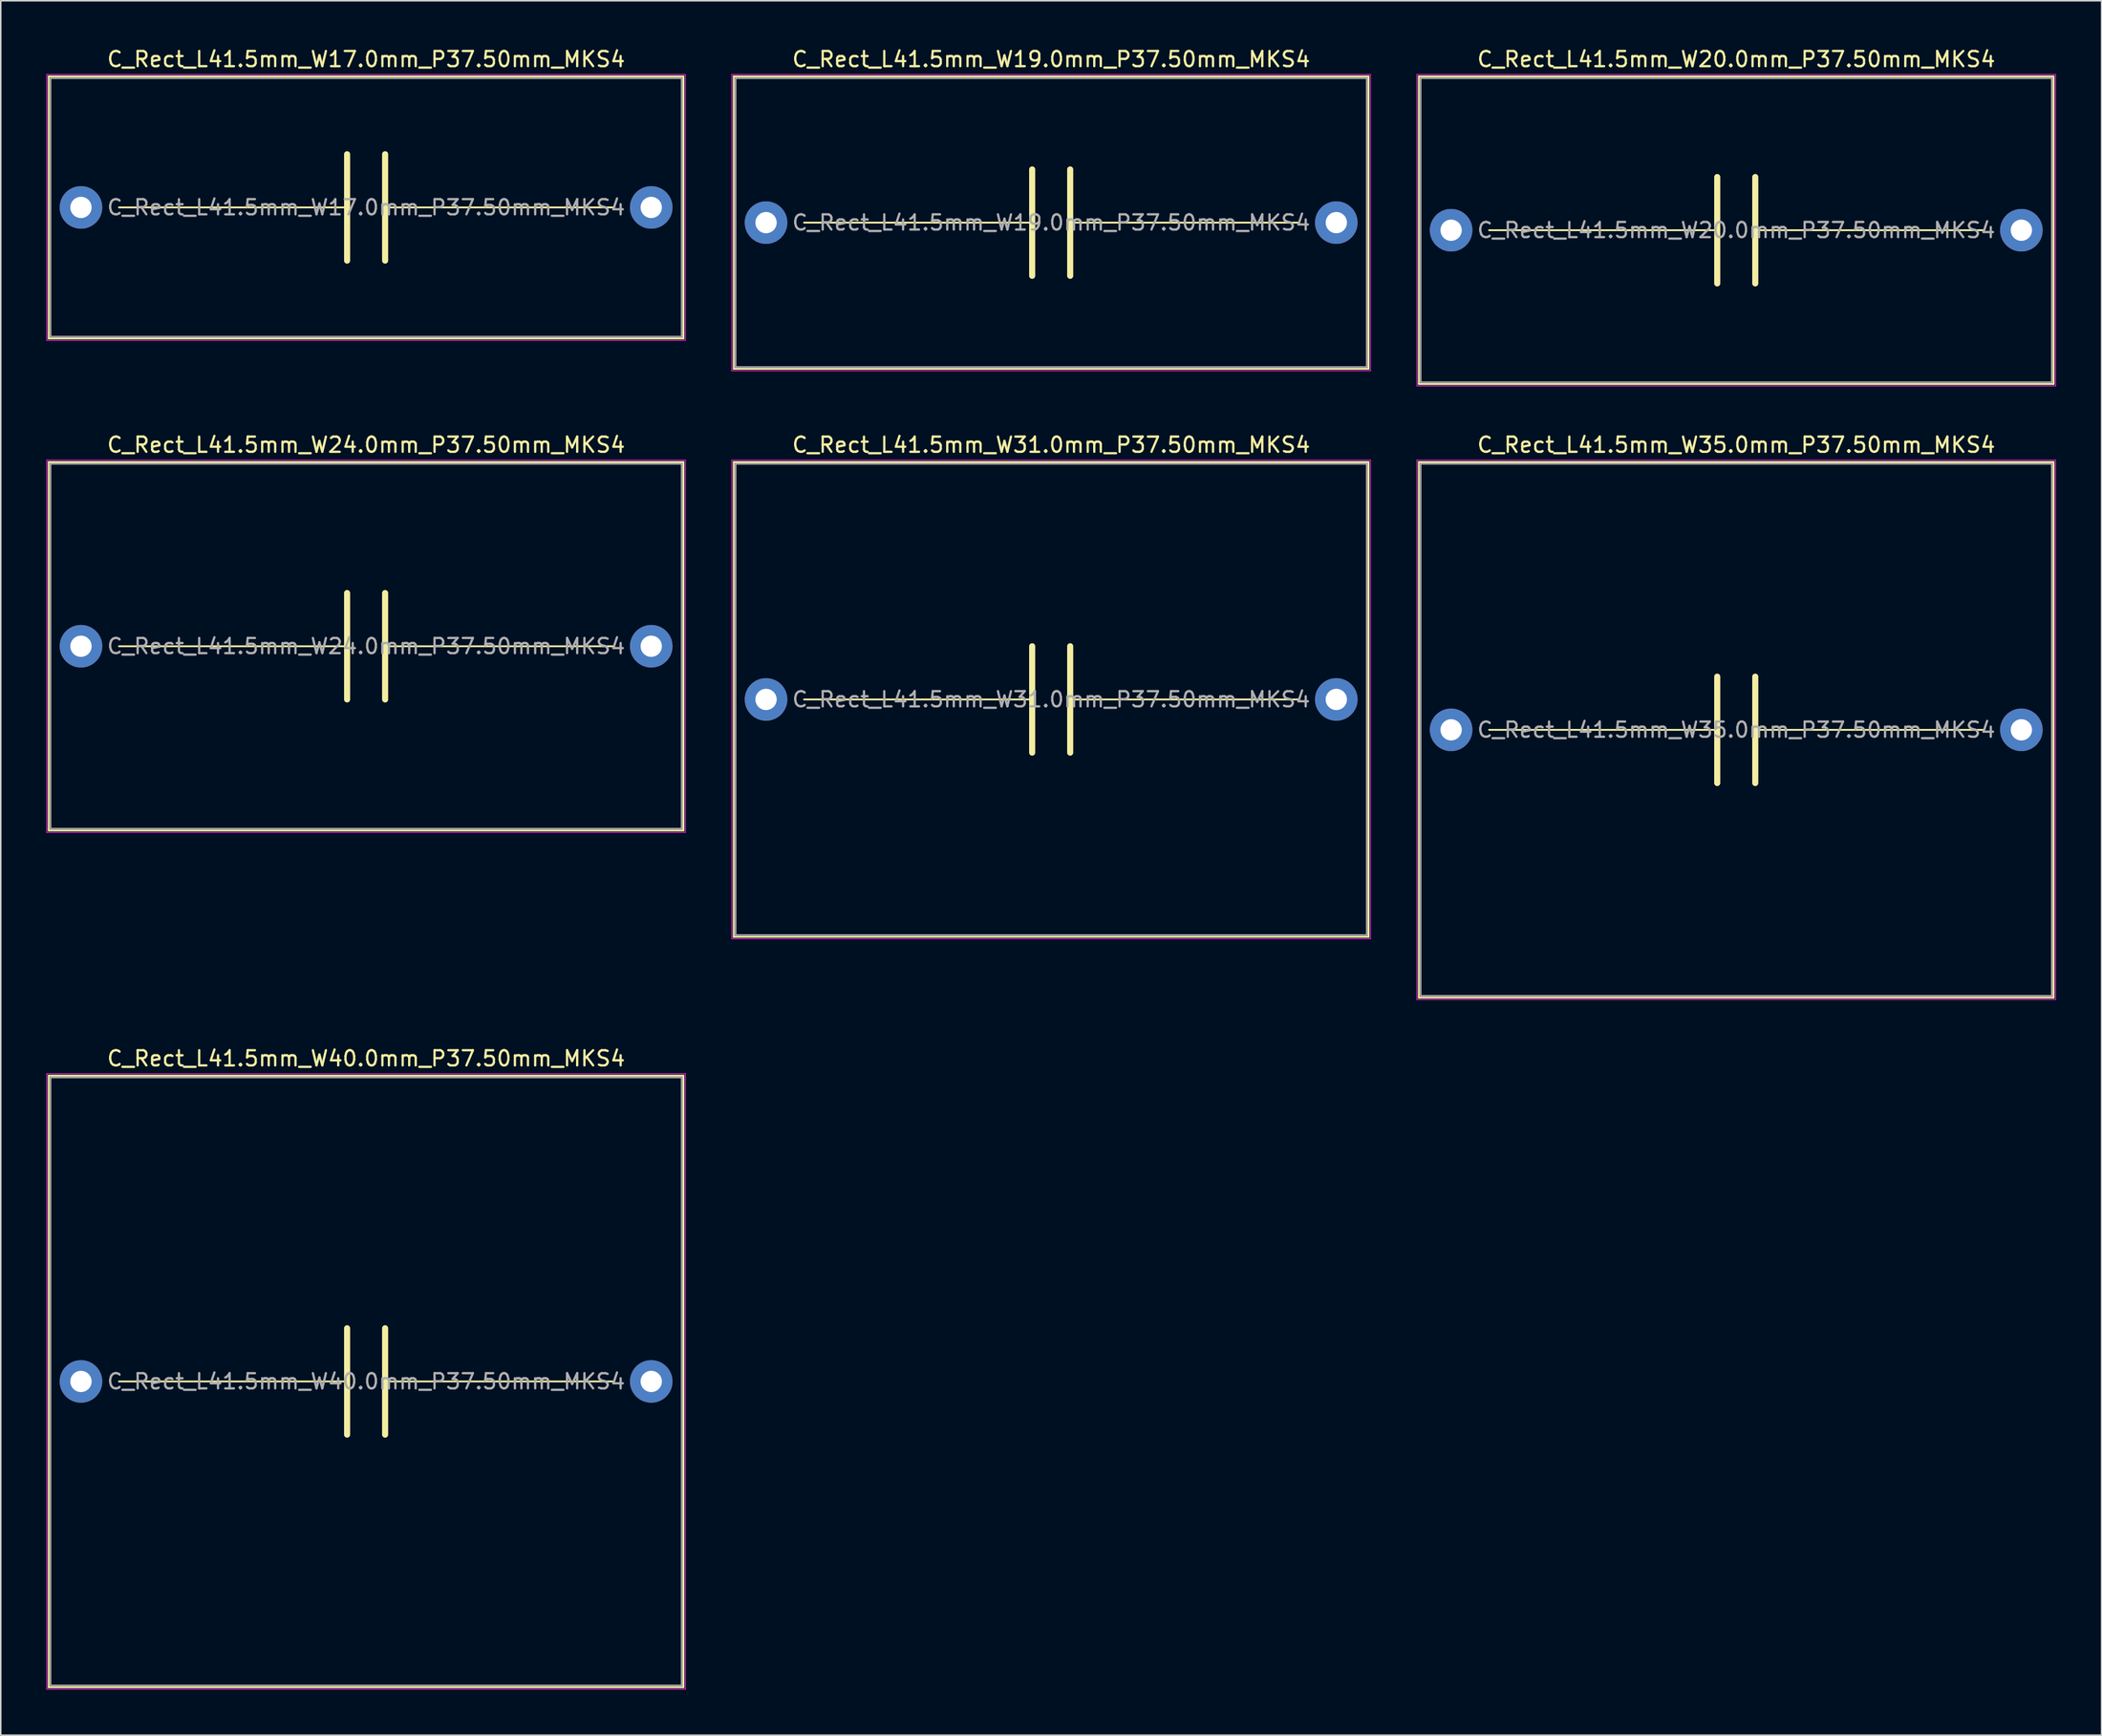
<source format=kicad_pcb>
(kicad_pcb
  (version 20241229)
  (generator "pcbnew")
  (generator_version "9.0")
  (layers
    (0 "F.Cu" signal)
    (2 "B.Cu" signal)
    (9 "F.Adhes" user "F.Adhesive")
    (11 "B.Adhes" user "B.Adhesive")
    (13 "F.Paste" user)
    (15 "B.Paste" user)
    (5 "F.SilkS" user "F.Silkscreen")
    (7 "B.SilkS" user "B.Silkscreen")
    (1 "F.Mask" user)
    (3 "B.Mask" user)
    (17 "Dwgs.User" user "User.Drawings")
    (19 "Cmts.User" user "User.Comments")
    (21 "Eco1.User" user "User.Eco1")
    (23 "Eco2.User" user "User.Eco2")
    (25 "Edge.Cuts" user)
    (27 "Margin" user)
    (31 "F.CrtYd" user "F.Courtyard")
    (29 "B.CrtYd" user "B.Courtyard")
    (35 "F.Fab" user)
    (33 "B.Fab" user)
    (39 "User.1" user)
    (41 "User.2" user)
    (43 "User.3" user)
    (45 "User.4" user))
  (footprint "C_Rect_L41.5mm_W35.0mm_P37.50mm_MKS4"
    (layer "F.Cu")
    (at 92.375 44.971)
    (property "Reference" "C_Rect_L41.5mm_W35.0mm_P37.50mm_MKS4" (at 18.75 -18.75 0) (layer "F.SilkS") (effects (font (size 1 1) (thickness 0.15))))
    (attr through_hole)
    (fp_line (start -2.12 -17.62) (end -2.12 17.62) (stroke (width 0.12) (type solid)) (layer "F.SilkS"))
    (fp_line (start -2.12 -17.62) (end 39.62 -17.62) (stroke (width 0.12) (type solid)) (layer "F.SilkS"))
    (fp_line (start -2.12 17.62) (end 39.62 17.62) (stroke (width 0.12) (type solid)) (layer "F.SilkS"))
    (fp_line (start 2.5 0) (end 17.5 0) (stroke (width 0.12) (type solid)) (layer "F.SilkS"))
    (fp_line (start 17.5 -3.5) (end 17.5 3.5) (stroke (width 0.4) (type solid)) (layer "F.SilkS"))
    (fp_line (start 20 -3.5) (end 20 3.5) (stroke (width 0.4) (type solid)) (layer "F.SilkS"))
    (fp_line (start 20 0) (end 35 0) (stroke (width 0.12) (type solid)) (layer "F.SilkS"))
    (fp_line (start 39.62 -17.62) (end 39.62 17.62) (stroke (width 0.12) (type solid)) (layer "F.SilkS"))
    (fp_line (start -2.25 -17.75) (end -2.25 17.75) (stroke (width 0.05) (type solid)) (layer "F.CrtYd"))
    (fp_line (start -2.25 17.75) (end 39.75 17.75) (stroke (width 0.05) (type solid)) (layer "F.CrtYd"))
    (fp_line (start 39.75 -17.75) (end -2.25 -17.75) (stroke (width 0.05) (type solid)) (layer "F.CrtYd"))
    (fp_line (start 39.75 17.75) (end 39.75 -17.75) (stroke (width 0.05) (type solid)) (layer "F.CrtYd"))
    (fp_line (start -2 -17.5) (end -2 17.5) (stroke (width 0.1) (type solid)) (layer "F.Fab"))
    (fp_line (start -2 17.5) (end 39.5 17.5) (stroke (width 0.1) (type solid)) (layer "F.Fab"))
    (fp_line (start 39.5 -17.5) (end -2 -17.5) (stroke (width 0.1) (type solid)) (layer "F.Fab"))
    (fp_line (start 39.5 17.5) (end 39.5 -17.5) (stroke (width 0.1) (type solid)) (layer "F.Fab"))
    (fp_text user "${REFERENCE}" (at 18.75 0 0) (layer "F.Fab") (effects (font (size 1 1) (thickness 0.15))))
    (pad "1" thru_hole circle (at 0 0) (size 2.8 2.8) (drill 1.4) (layers "*.Cu" "*.Mask"))
    (pad "2" thru_hole circle (at 37.5 0) (size 2.8 2.8) (drill 1.4) (layers "*.Cu" "*.Mask")))
  (footprint "C_Rect_L41.5mm_W24.0mm_P37.50mm_MKS4"
    (layer "F.Cu")
    (at 2.275 39.471)
    (property "Reference" "C_Rect_L41.5mm_W24.0mm_P37.50mm_MKS4" (at 18.75 -13.25 0) (layer "F.SilkS") (effects (font (size 1 1) (thickness 0.15))))
    (attr through_hole)
    (fp_line (start -2.12 -12.12) (end -2.12 12.12) (stroke (width 0.12) (type solid)) (layer "F.SilkS"))
    (fp_line (start -2.12 -12.12) (end 39.62 -12.12) (stroke (width 0.12) (type solid)) (layer "F.SilkS"))
    (fp_line (start -2.12 12.12) (end 39.62 12.12) (stroke (width 0.12) (type solid)) (layer "F.SilkS"))
    (fp_line (start 2.5 0) (end 17.5 0) (stroke (width 0.12) (type solid)) (layer "F.SilkS"))
    (fp_line (start 17.5 -3.5) (end 17.5 3.5) (stroke (width 0.4) (type solid)) (layer "F.SilkS"))
    (fp_line (start 20 -3.5) (end 20 3.5) (stroke (width 0.4) (type solid)) (layer "F.SilkS"))
    (fp_line (start 20 0) (end 35 0) (stroke (width 0.12) (type solid)) (layer "F.SilkS"))
    (fp_line (start 39.62 -12.12) (end 39.62 12.12) (stroke (width 0.12) (type solid)) (layer "F.SilkS"))
    (fp_line (start -2.25 -12.25) (end -2.25 12.25) (stroke (width 0.05) (type solid)) (layer "F.CrtYd"))
    (fp_line (start -2.25 12.25) (end 39.75 12.25) (stroke (width 0.05) (type solid)) (layer "F.CrtYd"))
    (fp_line (start 39.75 -12.25) (end -2.25 -12.25) (stroke (width 0.05) (type solid)) (layer "F.CrtYd"))
    (fp_line (start 39.75 12.25) (end 39.75 -12.25) (stroke (width 0.05) (type solid)) (layer "F.CrtYd"))
    (fp_line (start -2 -12) (end -2 12) (stroke (width 0.1) (type solid)) (layer "F.Fab"))
    (fp_line (start -2 12) (end 39.5 12) (stroke (width 0.1) (type solid)) (layer "F.Fab"))
    (fp_line (start 39.5 -12) (end -2 -12) (stroke (width 0.1) (type solid)) (layer "F.Fab"))
    (fp_line (start 39.5 12) (end 39.5 -12) (stroke (width 0.1) (type solid)) (layer "F.Fab"))
    (fp_text user "${REFERENCE}" (at 18.75 0 0) (layer "F.Fab") (effects (font (size 1 1) (thickness 0.15))))
    (pad "1" thru_hole circle (at 0 0) (size 2.8 2.8) (drill 1.4) (layers "*.Cu" "*.Mask"))
    (pad "2" thru_hole circle (at 37.5 0) (size 2.8 2.8) (drill 1.4) (layers "*.Cu" "*.Mask")))
  (footprint "C_Rect_L41.5mm_W40.0mm_P37.50mm_MKS4"
    (layer "F.Cu")
    (at 2.275 87.845)
    (property "Reference" "C_Rect_L41.5mm_W40.0mm_P37.50mm_MKS4" (at 18.75 -21.25 0) (layer "F.SilkS") (effects (font (size 1 1) (thickness 0.15))))
    (attr through_hole)
    (fp_line (start -2.12 -20.12) (end -2.12 20.12) (stroke (width 0.12) (type solid)) (layer "F.SilkS"))
    (fp_line (start -2.12 -20.12) (end 39.62 -20.12) (stroke (width 0.12) (type solid)) (layer "F.SilkS"))
    (fp_line (start -2.12 20.12) (end 39.62 20.12) (stroke (width 0.12) (type solid)) (layer "F.SilkS"))
    (fp_line (start 2.5 0) (end 17.5 0) (stroke (width 0.12) (type solid)) (layer "F.SilkS"))
    (fp_line (start 17.5 -3.5) (end 17.5 3.5) (stroke (width 0.4) (type solid)) (layer "F.SilkS"))
    (fp_line (start 20 -3.5) (end 20 3.5) (stroke (width 0.4) (type solid)) (layer "F.SilkS"))
    (fp_line (start 20 0) (end 35 0) (stroke (width 0.12) (type solid)) (layer "F.SilkS"))
    (fp_line (start 39.62 -20.12) (end 39.62 20.12) (stroke (width 0.12) (type solid)) (layer "F.SilkS"))
    (fp_line (start -2.25 -20.25) (end -2.25 20.25) (stroke (width 0.05) (type solid)) (layer "F.CrtYd"))
    (fp_line (start -2.25 20.25) (end 39.75 20.25) (stroke (width 0.05) (type solid)) (layer "F.CrtYd"))
    (fp_line (start 39.75 -20.25) (end -2.25 -20.25) (stroke (width 0.05) (type solid)) (layer "F.CrtYd"))
    (fp_line (start 39.75 20.25) (end 39.75 -20.25) (stroke (width 0.05) (type solid)) (layer "F.CrtYd"))
    (fp_line (start -2 -20) (end -2 20) (stroke (width 0.1) (type solid)) (layer "F.Fab"))
    (fp_line (start -2 20) (end 39.5 20) (stroke (width 0.1) (type solid)) (layer "F.Fab"))
    (fp_line (start 39.5 -20) (end -2 -20) (stroke (width 0.1) (type solid)) (layer "F.Fab"))
    (fp_line (start 39.5 20) (end 39.5 -20) (stroke (width 0.1) (type solid)) (layer "F.Fab"))
    (fp_text user "${REFERENCE}" (at 18.75 0 0) (layer "F.Fab") (effects (font (size 1 1) (thickness 0.15))))
    (pad "1" thru_hole circle (at 0 0) (size 2.8 2.8) (drill 1.4) (layers "*.Cu" "*.Mask"))
    (pad "2" thru_hole circle (at 37.5 0) (size 2.8 2.8) (drill 1.4) (layers "*.Cu" "*.Mask")))
  (footprint "C_Rect_L41.5mm_W19.0mm_P37.50mm_MKS4"
    (layer "F.Cu")
    (at 47.325 11.598)
    (property "Reference" "C_Rect_L41.5mm_W19.0mm_P37.50mm_MKS4" (at 18.75 -10.75 0) (layer "F.SilkS") (effects (font (size 1 1) (thickness 0.15))))
    (attr through_hole)
    (fp_line (start -2.12 -9.62) (end -2.12 9.62) (stroke (width 0.12) (type solid)) (layer "F.SilkS"))
    (fp_line (start -2.12 -9.62) (end 39.62 -9.62) (stroke (width 0.12) (type solid)) (layer "F.SilkS"))
    (fp_line (start -2.12 9.62) (end 39.62 9.62) (stroke (width 0.12) (type solid)) (layer "F.SilkS"))
    (fp_line (start 2.5 0) (end 17.5 0) (stroke (width 0.12) (type solid)) (layer "F.SilkS"))
    (fp_line (start 17.5 -3.5) (end 17.5 3.5) (stroke (width 0.4) (type solid)) (layer "F.SilkS"))
    (fp_line (start 20 -3.5) (end 20 3.5) (stroke (width 0.4) (type solid)) (layer "F.SilkS"))
    (fp_line (start 20 0) (end 35 0) (stroke (width 0.12) (type solid)) (layer "F.SilkS"))
    (fp_line (start 39.62 -9.62) (end 39.62 9.62) (stroke (width 0.12) (type solid)) (layer "F.SilkS"))
    (fp_line (start -2.25 -9.75) (end -2.25 9.75) (stroke (width 0.05) (type solid)) (layer "F.CrtYd"))
    (fp_line (start -2.25 9.75) (end 39.75 9.75) (stroke (width 0.05) (type solid)) (layer "F.CrtYd"))
    (fp_line (start 39.75 -9.75) (end -2.25 -9.75) (stroke (width 0.05) (type solid)) (layer "F.CrtYd"))
    (fp_line (start 39.75 9.75) (end 39.75 -9.75) (stroke (width 0.05) (type solid)) (layer "F.CrtYd"))
    (fp_line (start -2 -9.5) (end -2 9.5) (stroke (width 0.1) (type solid)) (layer "F.Fab"))
    (fp_line (start -2 9.5) (end 39.5 9.5) (stroke (width 0.1) (type solid)) (layer "F.Fab"))
    (fp_line (start 39.5 -9.5) (end -2 -9.5) (stroke (width 0.1) (type solid)) (layer "F.Fab"))
    (fp_line (start 39.5 9.5) (end 39.5 -9.5) (stroke (width 0.1) (type solid)) (layer "F.Fab"))
    (fp_text user "${REFERENCE}" (at 18.75 0 0) (layer "F.Fab") (effects (font (size 1 1) (thickness 0.15))))
    (pad "1" thru_hole circle (at 0 0) (size 2.8 2.8) (drill 1.4) (layers "*.Cu" "*.Mask"))
    (pad "2" thru_hole circle (at 37.5 0) (size 2.8 2.8) (drill 1.4) (layers "*.Cu" "*.Mask")))
  (footprint "C_Rect_L41.5mm_W31.0mm_P37.50mm_MKS4"
    (layer "F.Cu")
    (at 47.325 42.971)
    (property "Reference" "C_Rect_L41.5mm_W31.0mm_P37.50mm_MKS4" (at 18.75 -16.75 0) (layer "F.SilkS") (effects (font (size 1 1) (thickness 0.15))))
    (attr through_hole)
    (fp_line (start -2.12 -15.62) (end -2.12 15.62) (stroke (width 0.12) (type solid)) (layer "F.SilkS"))
    (fp_line (start -2.12 -15.62) (end 39.62 -15.62) (stroke (width 0.12) (type solid)) (layer "F.SilkS"))
    (fp_line (start -2.12 15.62) (end 39.62 15.62) (stroke (width 0.12) (type solid)) (layer "F.SilkS"))
    (fp_line (start 2.5 0) (end 17.5 0) (stroke (width 0.12) (type solid)) (layer "F.SilkS"))
    (fp_line (start 17.5 -3.5) (end 17.5 3.5) (stroke (width 0.4) (type solid)) (layer "F.SilkS"))
    (fp_line (start 20 -3.5) (end 20 3.5) (stroke (width 0.4) (type solid)) (layer "F.SilkS"))
    (fp_line (start 20 0) (end 35 0) (stroke (width 0.12) (type solid)) (layer "F.SilkS"))
    (fp_line (start 39.62 -15.62) (end 39.62 15.62) (stroke (width 0.12) (type solid)) (layer "F.SilkS"))
    (fp_line (start -2.25 -15.75) (end -2.25 15.75) (stroke (width 0.05) (type solid)) (layer "F.CrtYd"))
    (fp_line (start -2.25 15.75) (end 39.75 15.75) (stroke (width 0.05) (type solid)) (layer "F.CrtYd"))
    (fp_line (start 39.75 -15.75) (end -2.25 -15.75) (stroke (width 0.05) (type solid)) (layer "F.CrtYd"))
    (fp_line (start 39.75 15.75) (end 39.75 -15.75) (stroke (width 0.05) (type solid)) (layer "F.CrtYd"))
    (fp_line (start -2 -15.5) (end -2 15.5) (stroke (width 0.1) (type solid)) (layer "F.Fab"))
    (fp_line (start -2 15.5) (end 39.5 15.5) (stroke (width 0.1) (type solid)) (layer "F.Fab"))
    (fp_line (start 39.5 -15.5) (end -2 -15.5) (stroke (width 0.1) (type solid)) (layer "F.Fab"))
    (fp_line (start 39.5 15.5) (end 39.5 -15.5) (stroke (width 0.1) (type solid)) (layer "F.Fab"))
    (fp_text user "${REFERENCE}" (at 18.75 0 0) (layer "F.Fab") (effects (font (size 1 1) (thickness 0.15))))
    (pad "1" thru_hole circle (at 0 0) (size 2.8 2.8) (drill 1.4) (layers "*.Cu" "*.Mask"))
    (pad "2" thru_hole circle (at 37.5 0) (size 2.8 2.8) (drill 1.4) (layers "*.Cu" "*.Mask")))
  (footprint "C_Rect_L41.5mm_W17.0mm_P37.50mm_MKS4"
    (layer "F.Cu")
    (at 2.275 10.598)
    (property "Reference" "C_Rect_L41.5mm_W17.0mm_P37.50mm_MKS4" (at 18.75 -9.75 0) (layer "F.SilkS") (effects (font (size 1 1) (thickness 0.15))))
    (attr through_hole)
    (fp_line (start -2.12 -8.62) (end -2.12 8.62) (stroke (width 0.12) (type solid)) (layer "F.SilkS"))
    (fp_line (start -2.12 -8.62) (end 39.62 -8.62) (stroke (width 0.12) (type solid)) (layer "F.SilkS"))
    (fp_line (start -2.12 8.62) (end 39.62 8.62) (stroke (width 0.12) (type solid)) (layer "F.SilkS"))
    (fp_line (start 2.5 0) (end 17.5 0) (stroke (width 0.12) (type solid)) (layer "F.SilkS"))
    (fp_line (start 17.5 -3.5) (end 17.5 3.5) (stroke (width 0.4) (type solid)) (layer "F.SilkS"))
    (fp_line (start 20 -3.5) (end 20 3.5) (stroke (width 0.4) (type solid)) (layer "F.SilkS"))
    (fp_line (start 20 0) (end 35 0) (stroke (width 0.12) (type solid)) (layer "F.SilkS"))
    (fp_line (start 39.62 -8.62) (end 39.62 8.62) (stroke (width 0.12) (type solid)) (layer "F.SilkS"))
    (fp_line (start -2.25 -8.75) (end -2.25 8.75) (stroke (width 0.05) (type solid)) (layer "F.CrtYd"))
    (fp_line (start -2.25 8.75) (end 39.75 8.75) (stroke (width 0.05) (type solid)) (layer "F.CrtYd"))
    (fp_line (start 39.75 -8.75) (end -2.25 -8.75) (stroke (width 0.05) (type solid)) (layer "F.CrtYd"))
    (fp_line (start 39.75 8.75) (end 39.75 -8.75) (stroke (width 0.05) (type solid)) (layer "F.CrtYd"))
    (fp_line (start -2 -8.5) (end -2 8.5) (stroke (width 0.1) (type solid)) (layer "F.Fab"))
    (fp_line (start -2 8.5) (end 39.5 8.5) (stroke (width 0.1) (type solid)) (layer "F.Fab"))
    (fp_line (start 39.5 -8.5) (end -2 -8.5) (stroke (width 0.1) (type solid)) (layer "F.Fab"))
    (fp_line (start 39.5 8.5) (end 39.5 -8.5) (stroke (width 0.1) (type solid)) (layer "F.Fab"))
    (fp_text user "${REFERENCE}" (at 18.75 0 0) (layer "F.Fab") (effects (font (size 1 1) (thickness 0.15))))
    (pad "1" thru_hole circle (at 0 0) (size 2.8 2.8) (drill 1.4) (layers "*.Cu" "*.Mask"))
    (pad "2" thru_hole circle (at 37.5 0) (size 2.8 2.8) (drill 1.4) (layers "*.Cu" "*.Mask")))
  (footprint "C_Rect_L41.5mm_W20.0mm_P37.50mm_MKS4"
    (layer "F.Cu")
    (at 92.375 12.098)
    (property "Reference" "C_Rect_L41.5mm_W20.0mm_P37.50mm_MKS4" (at 18.75 -11.25 0) (layer "F.SilkS") (effects (font (size 1 1) (thickness 0.15))))
    (attr through_hole)
    (fp_line (start -2.12 -10.12) (end -2.12 10.12) (stroke (width 0.12) (type solid)) (layer "F.SilkS"))
    (fp_line (start -2.12 -10.12) (end 39.62 -10.12) (stroke (width 0.12) (type solid)) (layer "F.SilkS"))
    (fp_line (start -2.12 10.12) (end 39.62 10.12) (stroke (width 0.12) (type solid)) (layer "F.SilkS"))
    (fp_line (start 2.5 0) (end 17.5 0) (stroke (width 0.12) (type solid)) (layer "F.SilkS"))
    (fp_line (start 17.5 -3.5) (end 17.5 3.5) (stroke (width 0.4) (type solid)) (layer "F.SilkS"))
    (fp_line (start 20 -3.5) (end 20 3.5) (stroke (width 0.4) (type solid)) (layer "F.SilkS"))
    (fp_line (start 20 0) (end 35 0) (stroke (width 0.12) (type solid)) (layer "F.SilkS"))
    (fp_line (start 39.62 -10.12) (end 39.62 10.12) (stroke (width 0.12) (type solid)) (layer "F.SilkS"))
    (fp_line (start -2.25 -10.25) (end -2.25 10.25) (stroke (width 0.05) (type solid)) (layer "F.CrtYd"))
    (fp_line (start -2.25 10.25) (end 39.75 10.25) (stroke (width 0.05) (type solid)) (layer "F.CrtYd"))
    (fp_line (start 39.75 -10.25) (end -2.25 -10.25) (stroke (width 0.05) (type solid)) (layer "F.CrtYd"))
    (fp_line (start 39.75 10.25) (end 39.75 -10.25) (stroke (width 0.05) (type solid)) (layer "F.CrtYd"))
    (fp_line (start -2 -10) (end -2 10) (stroke (width 0.1) (type solid)) (layer "F.Fab"))
    (fp_line (start -2 10) (end 39.5 10) (stroke (width 0.1) (type solid)) (layer "F.Fab"))
    (fp_line (start 39.5 -10) (end -2 -10) (stroke (width 0.1) (type solid)) (layer "F.Fab"))
    (fp_line (start 39.5 10) (end 39.5 -10) (stroke (width 0.1) (type solid)) (layer "F.Fab"))
    (fp_text user "${REFERENCE}" (at 18.75 0 0) (layer "F.Fab") (effects (font (size 1 1) (thickness 0.15))))
    (pad "1" thru_hole circle (at 0 0) (size 2.8 2.8) (drill 1.4) (layers "*.Cu" "*.Mask"))
    (pad "2" thru_hole circle (at 37.5 0) (size 2.8 2.8) (drill 1.4) (layers "*.Cu" "*.Mask")))
  (gr_rect
    (start -3 -3)
    (end 135.15 111.12)
    (stroke (width 0.1) (type default))
    (fill no)
    (layer "Edge.Cuts")))
</source>
